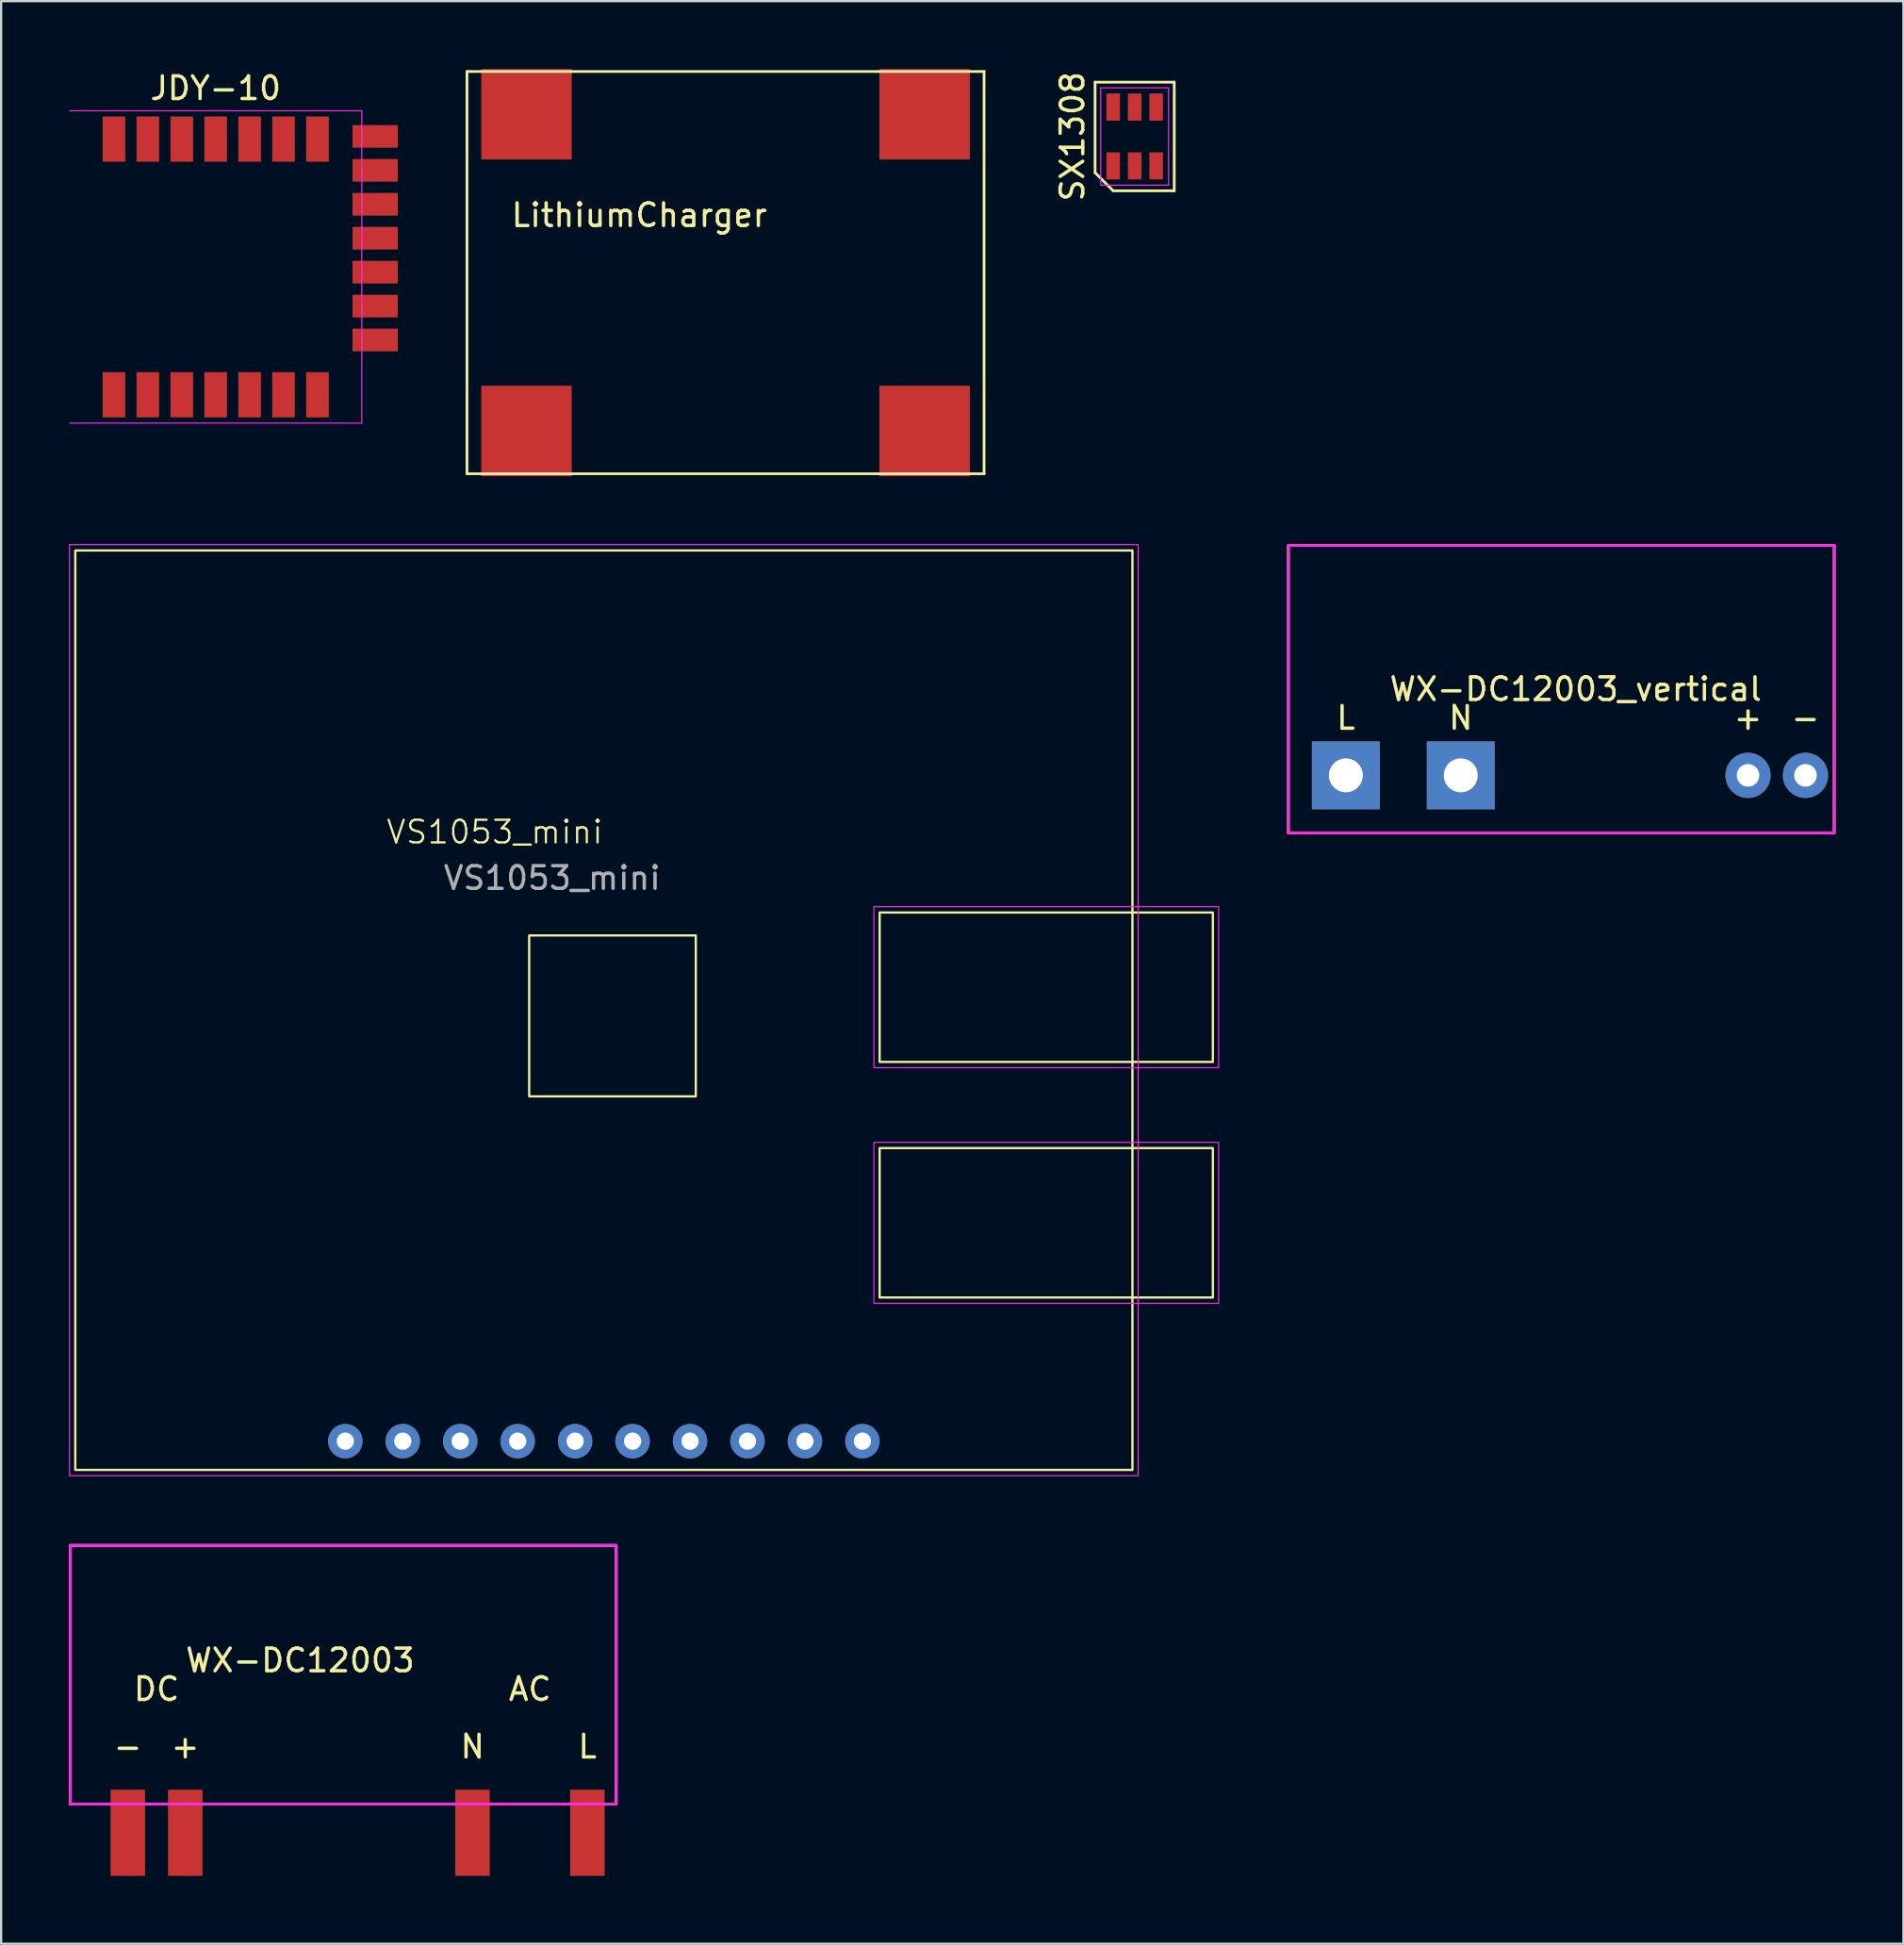
<source format=kicad_pcb>
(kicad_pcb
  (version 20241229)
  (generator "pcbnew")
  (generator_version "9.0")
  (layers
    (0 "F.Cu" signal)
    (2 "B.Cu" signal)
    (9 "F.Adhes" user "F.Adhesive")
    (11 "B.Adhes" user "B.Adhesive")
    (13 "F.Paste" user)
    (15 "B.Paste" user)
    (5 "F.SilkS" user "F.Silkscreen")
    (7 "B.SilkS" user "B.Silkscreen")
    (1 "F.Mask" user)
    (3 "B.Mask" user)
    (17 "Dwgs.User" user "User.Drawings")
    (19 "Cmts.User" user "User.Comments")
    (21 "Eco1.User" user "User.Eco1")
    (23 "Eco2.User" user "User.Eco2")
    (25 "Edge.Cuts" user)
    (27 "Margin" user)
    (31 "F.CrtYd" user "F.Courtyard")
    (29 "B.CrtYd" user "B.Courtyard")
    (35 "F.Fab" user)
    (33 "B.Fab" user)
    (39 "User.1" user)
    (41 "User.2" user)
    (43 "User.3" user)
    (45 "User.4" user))
  (footprint "LithiumCharger"
    (layer "F.Cu")
    (at 29.025 9)
    (property "Reference" "LithiumCharger" (at -3.81 -2.54 0) (layer "F.SilkS") (effects (font (size 1 1) (thickness 0.15))))
    (attr smd)
    (fp_line (start -11.43 -8.89) (end 11.43 -8.89) (stroke (width 0.12) (type solid)) (layer "F.SilkS"))
    (fp_line (start -11.43 8.89) (end -11.43 -8.89) (stroke (width 0.12) (type solid)) (layer "F.SilkS"))
    (fp_line (start 11.43 -8.89) (end 11.43 8.89) (stroke (width 0.12) (type solid)) (layer "F.SilkS"))
    (fp_line (start 11.43 8.89) (end -11.43 8.89) (stroke (width 0.12) (type solid)) (layer "F.SilkS"))
    (pad "1" smd rect (at -8.8 -7) (size 4 4) (layers "F.Cu" "F.Mask" "F.Paste"))
    (pad "2" smd rect (at -8.8 7) (size 4 4) (layers "F.Cu" "F.Mask" "F.Paste"))
    (pad "3" smd rect (at 8.8 -7) (size 4 4) (layers "F.Cu" "F.Mask" "F.Paste"))
    (pad "4" smd rect (at 8.8 7) (size 4 4) (layers "F.Cu" "F.Mask" "F.Paste")))
  (footprint "SX1308"
    (layer "F.Cu")
    (at 47.113 2.982)
    (property "Reference" "SX1308" (at -2.75 0 90) (layer "F.SilkS") (effects (font (size 1 1) (thickness 0.15))))
    (attr smd)
    (fp_line (start -1.75 -2.4) (end 1.75 -2.4) (stroke (width 0.12) (type solid)) (layer "F.SilkS"))
    (fp_line (start -1.75 1.6) (end -1.75 -2.4) (stroke (width 0.12) (type solid)) (layer "F.SilkS"))
    (fp_line (start -0.95 2.4) (end -1.75 1.6) (stroke (width 0.12) (type solid)) (layer "F.SilkS"))
    (fp_line (start 1.75 -2.4) (end 1.75 2.4) (stroke (width 0.12) (type solid)) (layer "F.SilkS"))
    (fp_line (start 1.75 2.4) (end -0.95 2.4) (stroke (width 0.12) (type solid)) (layer "F.SilkS"))
    (fp_line (start -1.5 -2.15) (end 1.5 -2.15) (stroke (width 0.05) (type solid)) (layer "F.CrtYd"))
    (fp_line (start -1.5 2.15) (end -1.5 -2.15) (stroke (width 0.05) (type solid)) (layer "F.CrtYd"))
    (fp_line (start 1.5 -2.15) (end 1.5 2.15) (stroke (width 0.05) (type solid)) (layer "F.CrtYd"))
    (fp_line (start 1.5 2.15) (end -1.5 2.15) (stroke (width 0.05) (type solid)) (layer "F.CrtYd"))
    (pad "1" smd rect (at -0.95 1.3) (size 0.6 1.2) (layers "F.Cu" "F.Mask" "F.Paste"))
    (pad "2" smd rect (at 0 1.3) (size 0.6 1.2) (layers "F.Cu" "F.Mask" "F.Paste"))
    (pad "3" smd rect (at 0.95 1.3) (size 0.6 1.2) (layers "F.Cu" "F.Mask" "F.Paste"))
    (pad "4" smd rect (at 0.95 -1.3) (size 0.6 1.2) (layers "F.Cu" "F.Mask" "F.Paste"))
    (pad "5" smd rect (at 0 -1.3) (size 0.6 1.2) (layers "F.Cu" "F.Mask" "F.Paste"))
    (pad "6" smd rect (at -0.95 -1.3) (size 0.6 1.2) (layers "F.Cu" "F.Mask" "F.Paste")))
  (footprint "WX-DC12003_vertical"
    (layer "F.Cu")
    (at 64.07 26.14)
    (property "Reference" "WX-DC12003_vertical" (at 2.54 1.27 0) (layer "F.SilkS") (effects (font (size 1 1) (thickness 0.15))))
    (attr through_hole)
    (fp_line (start -10.16 -5.08) (end 13.97 -5.08) (stroke (width 0.12) (type solid)) (layer "F.SilkS"))
    (fp_line (start -10.16 7.62) (end -10.16 -5.08) (stroke (width 0.12) (type solid)) (layer "F.SilkS"))
    (fp_line (start 13.97 -5.08) (end 13.97 7.62) (stroke (width 0.12) (type solid)) (layer "F.SilkS"))
    (fp_line (start 13.97 7.62) (end -10.16 7.62) (stroke (width 0.12) (type solid)) (layer "F.SilkS"))
    (fp_line (start -10.16 -5.08) (end 13.97 -5.08) (stroke (width 0.12) (type solid)) (layer "F.CrtYd"))
    (fp_line (start -10.16 7.62) (end -10.16 -5.08) (stroke (width 0.12) (type solid)) (layer "F.CrtYd"))
    (fp_line (start 13.97 -5.08) (end 13.97 6.35) (stroke (width 0.12) (type solid)) (layer "F.CrtYd"))
    (fp_line (start 13.97 6.35) (end 13.97 7.62) (stroke (width 0.12) (type solid)) (layer "F.CrtYd"))
    (fp_line (start 13.97 7.62) (end -10.16 7.62) (stroke (width 0.12) (type solid)) (layer "F.CrtYd"))
    (fp_text user "N" (at -2.54 2.54 0) (layer "F.SilkS") (effects (font (size 1 1) (thickness 0.15))))
    (fp_text user "L" (at -7.62 2.54 0) (layer "F.SilkS") (effects (font (size 1 1) (thickness 0.15))))
    (fp_text user "-" (at 12.7 2.54 0) (layer "F.SilkS") (effects (font (size 1 1) (thickness 0.15))))
    (fp_text user "+" (at 10.16 2.54 0) (layer "F.SilkS") (effects (font (size 1 1) (thickness 0.15))))
    (pad "1" thru_hole rect (at -7.62 5.08) (size 3 3) (drill 1.5) (layers "*.Cu" "*.Mask"))
    (pad "2" thru_hole rect (at -2.54 5.08) (size 3 3) (drill 1.5) (layers "*.Cu" "*.Mask"))
    (pad "3" thru_hole circle (at 10.16 5.08) (size 2 2) (drill 1) (layers "*.Cu" "*.Mask"))
    (pad "4" thru_hole circle (at 12.7 5.08) (size 2 2) (drill 1) (layers "*.Cu" "*.Mask")))
  (footprint "VS1053_mini"
    (layer "F.Cu")
    (at 23.647 41.091)
    (property "Reference" "VS1053_mini" (at -4.826 -7.366 0) (unlocked yes) (layer "F.SilkS") (effects (font (size 1 1) (thickness 0.1))))
    (attr through_hole)
    (fp_rect (start -23.368 -19.812) (end 23.368 20.828) (stroke (width 0.1) (type default)) (fill no) (layer "F.SilkS"))
    (fp_rect (start -3.302 -2.794) (end 4.064 4.318) (stroke (width 0.1) (type default)) (fill no) (layer "F.SilkS"))
    (fp_rect (start 12.192 -3.81) (end 26.924 2.794) (stroke (width 0.1) (type default)) (fill no) (layer "F.SilkS"))
    (fp_rect (start 12.192 6.604) (end 26.924 13.208) (stroke (width 0.1) (type default)) (fill no) (layer "F.SilkS"))
    (fp_rect (start -23.622 -20.066) (end 23.622 21.082) (stroke (width 0.05) (type default)) (fill no) (layer "F.CrtYd"))
    (fp_rect (start 11.938 -4.064) (end 27.178 3.048) (stroke (width 0.05) (type default)) (fill no) (layer "F.CrtYd"))
    (fp_rect (start 11.938 6.35) (end 27.178 13.462) (stroke (width 0.05) (type default)) (fill no) (layer "F.CrtYd"))
    (fp_circle (center -20.32 17.512) (end -18.02 17.512) (stroke (width 0.05) (type default)) (fill no) (layer "User.1"))
    (fp_circle (center -20.08 -16.51) (end -17.78 -16.51) (stroke (width 0.05) (type default)) (fill no) (layer "User.1"))
    (fp_circle (center 20.32 -16.75) (end 22.62 -16.75) (stroke (width 0.05) (type default)) (fill no) (layer "User.1"))
    (fp_circle (center 20.32 17.512) (end 22.62 17.512) (stroke (width 0.05) (type default)) (fill no) (layer "User.1"))
    (fp_text user "${REFERENCE}" (at -2.286 -5.334 0) (unlocked yes) (layer "F.Fab") (effects (font (size 1 1) (thickness 0.15))))
    (pad "1" thru_hole circle (at -11.43 19.558 90) (size 1.524 1.524) (drill 0.762) (layers "*.Cu" "*.Mask"))
    (pad "2" thru_hole circle (at -8.89 19.558 90) (size 1.524 1.524) (drill 0.762) (layers "*.Cu" "*.Mask"))
    (pad "3" thru_hole circle (at -6.35 19.558 90) (size 1.524 1.524) (drill 0.762) (layers "*.Cu" "*.Mask"))
    (pad "4" thru_hole circle (at -3.81 19.558 90) (size 1.524 1.524) (drill 0.762) (layers "*.Cu" "*.Mask"))
    (pad "5" thru_hole circle (at -1.27 19.558 90) (size 1.524 1.524) (drill 0.762) (layers "*.Cu" "*.Mask"))
    (pad "6" thru_hole circle (at 1.27 19.558 90) (size 1.524 1.524) (drill 0.762) (layers "*.Cu" "*.Mask"))
    (pad "7" thru_hole circle (at 3.81 19.558 90) (size 1.524 1.524) (drill 0.762) (layers "*.Cu" "*.Mask"))
    (pad "8" thru_hole circle (at 6.35 19.558 90) (size 1.524 1.524) (drill 0.762) (layers "*.Cu" "*.Mask"))
    (pad "9" thru_hole circle (at 8.89 19.558 90) (size 1.524 1.524) (drill 0.762) (layers "*.Cu" "*.Mask"))
    (pad "10" thru_hole circle (at 11.43 19.558 90) (size 1.524 1.524) (drill 0.762) (layers "*.Cu" "*.Mask")))
  (footprint "WX-DC12003"
    (layer "F.Cu")
    (at 12.76 72.878)
    (property "Reference" "WX-DC12003" (at -2.54 -2.54 0) (layer "F.SilkS") (effects (font (size 1 1) (thickness 0.15))))
    (attr through_hole)
    (fp_line (start -12.7 -7.62) (end 11.43 -7.62) (stroke (width 0.12) (type solid)) (layer "F.SilkS"))
    (fp_line (start -12.7 3.81) (end -12.7 -7.62) (stroke (width 0.12) (type solid)) (layer "F.SilkS"))
    (fp_line (start 11.43 -7.62) (end 11.43 3.81) (stroke (width 0.12) (type solid)) (layer "F.SilkS"))
    (fp_line (start 11.43 3.81) (end -12.7 3.81) (stroke (width 0.12) (type solid)) (layer "F.SilkS"))
    (fp_line (start -12.7 -7.62) (end 11.43 -7.62) (stroke (width 0.12) (type solid)) (layer "F.CrtYd"))
    (fp_line (start -12.7 3.81) (end -12.7 -7.62) (stroke (width 0.12) (type solid)) (layer "F.CrtYd"))
    (fp_line (start 11.43 -7.62) (end 11.43 3.81) (stroke (width 0.12) (type solid)) (layer "F.CrtYd"))
    (fp_line (start 11.43 3.81) (end -12.7 3.81) (stroke (width 0.12) (type solid)) (layer "F.CrtYd"))
    (fp_line (start -12.7 -7.62) (end 11.43 -7.62) (stroke (width 0.12) (type solid)) (layer "F.Fab"))
    (fp_line (start -12.7 3.81) (end -12.7 -7.62) (stroke (width 0.12) (type solid)) (layer "F.Fab"))
    (fp_line (start 11.43 -7.62) (end 11.43 3.81) (stroke (width 0.12) (type solid)) (layer "F.Fab"))
    (fp_line (start 11.43 3.81) (end -12.7 3.81) (stroke (width 0.12) (type solid)) (layer "F.Fab"))
    (fp_text user "N" (at 5.08 1.27 0) (layer "F.SilkS") (effects (font (size 1 1) (thickness 0.15))))
    (fp_text user "+" (at -7.62 1.27 0) (layer "F.SilkS") (effects (font (size 1 1) (thickness 0.15))))
    (fp_text user "DC" (at -8.89 -1.27 0) (layer "F.SilkS") (effects (font (size 1 1) (thickness 0.15))))
    (fp_text user "AC" (at 7.62 -1.27 0) (layer "F.SilkS") (effects (font (size 1 1) (thickness 0.15))))
    (fp_text user "-" (at -10.16 1.27 0) (layer "F.SilkS") (effects (font (size 1 1) (thickness 0.15))))
    (fp_text user "L" (at 10.16 1.27 0) (layer "F.SilkS") (effects (font (size 1 1) (thickness 0.15))))
    (pad "1" smd rect (at 10.16 5.08) (size 1.524 3.81) (layers "F.Cu" "F.Mask" "F.Paste"))
    (pad "2" smd rect (at 5.08 5.08) (size 1.524 3.81) (layers "F.Cu" "F.Mask" "F.Paste"))
    (pad "3" smd rect (at -7.62 5.08) (size 1.524 3.81) (layers "F.Cu" "F.Mask" "F.Paste"))
    (pad "4" smd rect (at -10.16 5.08) (size 1.524 3.81) (layers "F.Cu" "F.Mask" "F.Paste")))
  (footprint "JDY-10"
    (layer "F.Cu")
    (at 6.485 8.748)
    (property "Reference" "JDY-10" (at 0 -7.9 0) (layer "F.SilkS") (effects (font (size 1 1) (thickness 0.15))))
    (attr smd)
    (fp_line (start -6.46 -6.9) (end 6.46 -6.9) (stroke (width 0.05) (type solid)) (layer "F.CrtYd"))
    (fp_line (start 6.46 -6.9) (end 6.46 6.9) (stroke (width 0.05) (type solid)) (layer "F.CrtYd"))
    (fp_line (start 6.46 6.9) (end -6.46 6.9) (stroke (width 0.05) (type solid)) (layer "F.CrtYd"))
    (pad "1" smd rect (at -4.5 -5.65) (size 1 2) (layers "F.Cu" "F.Mask" "F.Paste"))
    (pad "1" smd rect (at -4.5 5.65) (size 1 2) (layers "F.Cu" "F.Mask" "F.Paste"))
    (pad "2" smd rect (at -3 5.65) (size 1 2) (layers "F.Cu" "F.Mask" "F.Paste"))
    (pad "3" smd rect (at -3 -5.65) (size 1 2) (layers "F.Cu" "F.Mask" "F.Paste"))
    (pad "3" smd rect (at -1.5 5.65) (size 1 2) (layers "F.Cu" "F.Mask" "F.Paste"))
    (pad "4" smd rect (at 0 5.65) (size 1 2) (layers "F.Cu" "F.Mask" "F.Paste"))
    (pad "5" smd rect (at -1.5 -5.65) (size 1 2) (layers "F.Cu" "F.Mask" "F.Paste"))
    (pad "5" smd rect (at 1.5 5.65) (size 1 2) (layers "F.Cu" "F.Mask" "F.Paste"))
    (pad "6" smd rect (at 3 5.65) (size 1 2) (layers "F.Cu" "F.Mask" "F.Paste"))
    (pad "7" smd rect (at 0 -5.65) (size 1 2) (layers "F.Cu" "F.Mask" "F.Paste"))
    (pad "7" smd rect (at 4.5 5.65) (size 1 2) (layers "F.Cu" "F.Mask" "F.Paste"))
    (pad "8" smd rect (at 7.05 3.23 90) (size 1 2) (layers "F.Cu" "F.Mask" "F.Paste"))
    (pad "9" smd rect (at 1.5 -5.65) (size 1 2) (layers "F.Cu" "F.Mask" "F.Paste"))
    (pad "9" smd rect (at 7.05 1.73 90) (size 1 2) (layers "F.Cu" "F.Mask" "F.Paste"))
    (pad "10" smd rect (at 7.05 0.23 90) (size 1 2) (layers "F.Cu" "F.Mask" "F.Paste"))
    (pad "11" smd rect (at 3 -5.65) (size 1 2) (layers "F.Cu" "F.Mask" "F.Paste"))
    (pad "11" smd rect (at 7.05 -1.27 90) (size 1 2) (layers "F.Cu" "F.Mask" "F.Paste"))
    (pad "12" smd rect (at 7.05 -2.77 90) (size 1 2) (layers "F.Cu" "F.Mask" "F.Paste"))
    (pad "13" smd rect (at 4.5 -5.65) (size 1 2) (layers "F.Cu" "F.Mask" "F.Paste"))
    (pad "13" smd rect (at 7.05 -4.27 90) (size 1 2) (layers "F.Cu" "F.Mask" "F.Paste"))
    (pad "14" smd rect (at 7.05 -5.77 90) (size 1 2) (layers "F.Cu" "F.Mask" "F.Paste")))
  (gr_rect
    (start -3 -3)
    (end 81.1 82.863)
    (stroke (width 0.1) (type default))
    (fill no)
    (layer "Edge.Cuts")))
</source>
